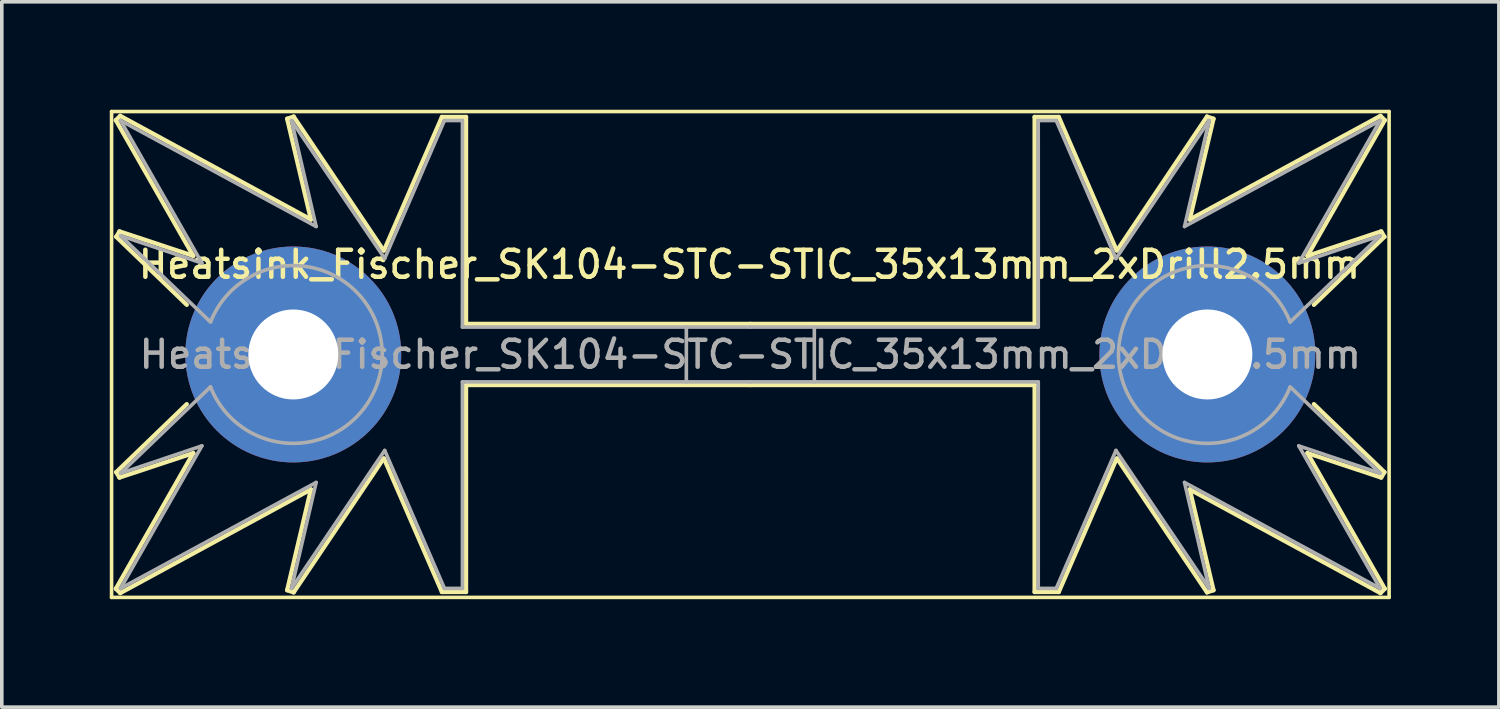
<source format=kicad_pcb>
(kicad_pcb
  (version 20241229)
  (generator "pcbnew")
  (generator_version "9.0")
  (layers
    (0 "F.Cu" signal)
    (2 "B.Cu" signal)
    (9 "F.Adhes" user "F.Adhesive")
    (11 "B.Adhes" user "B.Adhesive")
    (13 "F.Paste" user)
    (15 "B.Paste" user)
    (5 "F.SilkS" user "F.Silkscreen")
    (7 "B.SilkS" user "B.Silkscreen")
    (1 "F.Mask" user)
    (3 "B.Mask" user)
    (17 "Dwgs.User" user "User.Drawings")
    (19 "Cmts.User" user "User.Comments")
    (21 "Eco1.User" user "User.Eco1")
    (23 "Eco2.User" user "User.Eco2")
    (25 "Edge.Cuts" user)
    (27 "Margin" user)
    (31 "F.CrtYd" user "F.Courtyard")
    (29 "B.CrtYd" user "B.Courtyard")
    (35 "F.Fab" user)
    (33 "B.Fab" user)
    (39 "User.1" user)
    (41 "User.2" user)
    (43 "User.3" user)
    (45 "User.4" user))
  (footprint "Heatsink_Fischer_SK104-STC-STIC_35x13mm_2xDrill2.5mm"
    (layer "F.Cu")
    (at 17.8 6.8)
    (property "Reference" "Heatsink_Fischer_SK104-STC-STIC_35x13mm_2xDrill2.5mm" (at -0.025 -2.5 0) (layer "F.SilkS") (effects (font (size 0.75 0.75) (thickness 0.125))))
    (attr through_hole)
    (fp_line (start -17.75 -6.75) (end -17.75 6.75) (stroke (width 0.1) (type solid)) (layer "F.SilkS"))
    (fp_line (start -17.75 -6.75) (end 17.75 -6.75) (stroke (width 0.1) (type solid)) (layer "F.SilkS"))
    (fp_line (start -17.63 -6.51) (end -15.48 -2.74) (stroke (width 0.12) (type solid)) (layer "F.SilkS"))
    (fp_line (start -17.63 6.51) (end -15.48 2.74) (stroke (width 0.12) (type solid)) (layer "F.SilkS"))
    (fp_line (start -17.62 -3.27) (end -15.66 -1.38) (stroke (width 0.12) (type solid)) (layer "F.SilkS"))
    (fp_line (start -17.62 3.27) (end -15.66 1.38) (stroke (width 0.12) (type solid)) (layer "F.SilkS"))
    (fp_line (start -17.53 -3.42) (end -17.62 -3.27) (stroke (width 0.12) (type solid)) (layer "F.SilkS"))
    (fp_line (start -17.53 3.42) (end -17.62 3.27) (stroke (width 0.12) (type solid)) (layer "F.SilkS"))
    (fp_line (start -17.51 -6.63) (end -17.63 -6.51) (stroke (width 0.12) (type solid)) (layer "F.SilkS"))
    (fp_line (start -17.51 6.63) (end -17.63 6.51) (stroke (width 0.12) (type solid)) (layer "F.SilkS"))
    (fp_line (start -15.48 -2.74) (end -17.53 -3.42) (stroke (width 0.12) (type solid)) (layer "F.SilkS"))
    (fp_line (start -15.48 2.74) (end -17.53 3.42) (stroke (width 0.12) (type solid)) (layer "F.SilkS"))
    (fp_line (start -12.87 -6.55) (end -12.21 -3.75) (stroke (width 0.12) (type solid)) (layer "F.SilkS"))
    (fp_line (start -12.87 6.55) (end -12.21 3.75) (stroke (width 0.12) (type solid)) (layer "F.SilkS"))
    (fp_line (start -12.69 -6.61) (end -12.87 -6.55) (stroke (width 0.12) (type solid)) (layer "F.SilkS"))
    (fp_line (start -12.69 6.61) (end -12.87 6.55) (stroke (width 0.12) (type solid)) (layer "F.SilkS"))
    (fp_line (start -12.21 -3.75) (end -17.51 -6.63) (stroke (width 0.12) (type solid)) (layer "F.SilkS"))
    (fp_line (start -12.21 3.75) (end -17.51 6.63) (stroke (width 0.12) (type solid)) (layer "F.SilkS"))
    (fp_line (start -10.19 -2.89) (end -12.69 -6.61) (stroke (width 0.12) (type solid)) (layer "F.SilkS"))
    (fp_line (start -10.19 2.89) (end -12.69 6.61) (stroke (width 0.12) (type solid)) (layer "F.SilkS"))
    (fp_line (start -8.57 -6.6) (end -10.18 -2.89) (stroke (width 0.12) (type solid)) (layer "F.SilkS"))
    (fp_line (start -8.57 6.6) (end -10.18 2.89) (stroke (width 0.12) (type solid)) (layer "F.SilkS"))
    (fp_line (start -7.9 -6.6) (end -8.57 -6.6) (stroke (width 0.12) (type solid)) (layer "F.SilkS"))
    (fp_line (start -7.9 -0.85) (end -7.9 -6.6) (stroke (width 0.12) (type solid)) (layer "F.SilkS"))
    (fp_line (start -7.9 0.85) (end -7.9 6.6) (stroke (width 0.12) (type solid)) (layer "F.SilkS"))
    (fp_line (start -7.9 6.6) (end -8.57 6.6) (stroke (width 0.12) (type solid)) (layer "F.SilkS"))
    (fp_line (start 0 -0.85) (end -7.9 -0.85) (stroke (width 0.12) (type solid)) (layer "F.SilkS"))
    (fp_line (start 0 -0.85) (end 7.9 -0.85) (stroke (width 0.12) (type solid)) (layer "F.SilkS"))
    (fp_line (start 0 0.85) (end -7.9 0.85) (stroke (width 0.12) (type solid)) (layer "F.SilkS"))
    (fp_line (start 0 0.85) (end 7.9 0.85) (stroke (width 0.12) (type solid)) (layer "F.SilkS"))
    (fp_line (start 7.9 -6.6) (end 8.57 -6.6) (stroke (width 0.12) (type solid)) (layer "F.SilkS"))
    (fp_line (start 7.9 -0.85) (end 7.9 -6.6) (stroke (width 0.12) (type solid)) (layer "F.SilkS"))
    (fp_line (start 7.9 0.85) (end 7.9 6.6) (stroke (width 0.12) (type solid)) (layer "F.SilkS"))
    (fp_line (start 7.9 6.6) (end 8.57 6.6) (stroke (width 0.12) (type solid)) (layer "F.SilkS"))
    (fp_line (start 8.57 -6.6) (end 10.18 -2.89) (stroke (width 0.12) (type solid)) (layer "F.SilkS"))
    (fp_line (start 8.57 6.6) (end 10.18 2.89) (stroke (width 0.12) (type solid)) (layer "F.SilkS"))
    (fp_line (start 10.19 -2.89) (end 12.69 -6.61) (stroke (width 0.12) (type solid)) (layer "F.SilkS"))
    (fp_line (start 10.19 2.89) (end 12.69 6.61) (stroke (width 0.12) (type solid)) (layer "F.SilkS"))
    (fp_line (start 12.21 -3.75) (end 17.51 -6.63) (stroke (width 0.12) (type solid)) (layer "F.SilkS"))
    (fp_line (start 12.21 3.75) (end 17.51 6.63) (stroke (width 0.12) (type solid)) (layer "F.SilkS"))
    (fp_line (start 12.69 -6.61) (end 12.87 -6.55) (stroke (width 0.12) (type solid)) (layer "F.SilkS"))
    (fp_line (start 12.69 6.61) (end 12.87 6.55) (stroke (width 0.12) (type solid)) (layer "F.SilkS"))
    (fp_line (start 12.87 -6.55) (end 12.21 -3.75) (stroke (width 0.12) (type solid)) (layer "F.SilkS"))
    (fp_line (start 12.87 6.55) (end 12.21 3.75) (stroke (width 0.12) (type solid)) (layer "F.SilkS"))
    (fp_line (start 15.48 -2.74) (end 17.53 -3.42) (stroke (width 0.12) (type solid)) (layer "F.SilkS"))
    (fp_line (start 15.48 2.74) (end 17.53 3.42) (stroke (width 0.12) (type solid)) (layer "F.SilkS"))
    (fp_line (start 17.51 -6.63) (end 17.63 -6.51) (stroke (width 0.12) (type solid)) (layer "F.SilkS"))
    (fp_line (start 17.51 6.63) (end 17.63 6.51) (stroke (width 0.12) (type solid)) (layer "F.SilkS"))
    (fp_line (start 17.53 -3.42) (end 17.62 -3.27) (stroke (width 0.12) (type solid)) (layer "F.SilkS"))
    (fp_line (start 17.53 3.42) (end 17.62 3.27) (stroke (width 0.12) (type solid)) (layer "F.SilkS"))
    (fp_line (start 17.62 -3.27) (end 15.66 -1.38) (stroke (width 0.12) (type solid)) (layer "F.SilkS"))
    (fp_line (start 17.62 3.27) (end 15.66 1.38) (stroke (width 0.12) (type solid)) (layer "F.SilkS"))
    (fp_line (start 17.63 -6.51) (end 15.48 -2.74) (stroke (width 0.12) (type solid)) (layer "F.SilkS"))
    (fp_line (start 17.63 6.51) (end 15.48 2.74) (stroke (width 0.12) (type solid)) (layer "F.SilkS"))
    (fp_line (start 17.75 6.75) (end -17.75 6.75) (stroke (width 0.1) (type solid)) (layer "F.SilkS"))
    (fp_line (start 17.75 6.75) (end 17.75 -6.75) (stroke (width 0.1) (type solid)) (layer "F.SilkS"))
    (fp_line (start -17.5 -6.5) (end -15.24 -2.54) (stroke (width 0.1) (type solid)) (layer "F.Fab"))
    (fp_line (start -17.5 -6.5) (end -12.065 -3.556) (stroke (width 0.1) (type solid)) (layer "F.Fab"))
    (fp_line (start -17.5 -3.3) (end -15 -0.9) (stroke (width 0.1) (type solid)) (layer "F.Fab"))
    (fp_line (start -17.5 3.3) (end -15 0.9) (stroke (width 0.1) (type solid)) (layer "F.Fab"))
    (fp_line (start -17.5 6.5) (end -15.24 2.54) (stroke (width 0.1) (type solid)) (layer "F.Fab"))
    (fp_line (start -17.5 6.5) (end -12.065 3.556) (stroke (width 0.1) (type solid)) (layer "F.Fab"))
    (fp_line (start -15.24 -2.54) (end -17.5 -3.3) (stroke (width 0.1) (type solid)) (layer "F.Fab"))
    (fp_line (start -15.24 2.54) (end -17.5 3.3) (stroke (width 0.1) (type solid)) (layer "F.Fab"))
    (fp_line (start -12.065 -3.556) (end -12.75 -6.5) (stroke (width 0.1) (type solid)) (layer "F.Fab"))
    (fp_line (start -12.065 3.556) (end -12.75 6.5) (stroke (width 0.1) (type solid)) (layer "F.Fab"))
    (fp_line (start -10.16 -2.667) (end -12.75 -6.5) (stroke (width 0.1) (type solid)) (layer "F.Fab"))
    (fp_line (start -10.16 2.667) (end -12.75 6.5) (stroke (width 0.1) (type solid)) (layer "F.Fab"))
    (fp_line (start -8.5 -6.5) (end -10.16 -2.667) (stroke (width 0.1) (type solid)) (layer "F.Fab"))
    (fp_line (start -8.5 6.5) (end -10.16 2.667) (stroke (width 0.1) (type solid)) (layer "F.Fab"))
    (fp_line (start -8.001 -0.762) (end -8 -6.5) (stroke (width 0.1) (type solid)) (layer "F.Fab"))
    (fp_line (start -8.001 0.762) (end -8 6.5) (stroke (width 0.1) (type solid)) (layer "F.Fab"))
    (fp_line (start -8 -6.5) (end -8.5 -6.5) (stroke (width 0.1) (type solid)) (layer "F.Fab"))
    (fp_line (start -8 6.5) (end -8.5 6.5) (stroke (width 0.1) (type solid)) (layer "F.Fab"))
    (fp_line (start -1.778 0.762) (end -1.778 -0.762) (stroke (width 0.1) (type solid)) (layer "F.Fab"))
    (fp_line (start 0 -0.762) (end -8.001 -0.762) (stroke (width 0.1) (type solid)) (layer "F.Fab"))
    (fp_line (start 0 -0.762) (end 8.001 -0.762) (stroke (width 0.1) (type solid)) (layer "F.Fab"))
    (fp_line (start 0 0.762) (end -8.001 0.762) (stroke (width 0.1) (type solid)) (layer "F.Fab"))
    (fp_line (start 0 0.762) (end 8.001 0.762) (stroke (width 0.1) (type solid)) (layer "F.Fab"))
    (fp_line (start 1.778 -0.762) (end 1.778 0.762) (stroke (width 0.1) (type solid)) (layer "F.Fab"))
    (fp_line (start 8 -6.5) (end 8.5 -6.5) (stroke (width 0.1) (type solid)) (layer "F.Fab"))
    (fp_line (start 8 6.5) (end 8.5 6.5) (stroke (width 0.1) (type solid)) (layer "F.Fab"))
    (fp_line (start 8.001 -0.762) (end 8 -6.5) (stroke (width 0.1) (type solid)) (layer "F.Fab"))
    (fp_line (start 8.001 0.762) (end 8 6.5) (stroke (width 0.1) (type solid)) (layer "F.Fab"))
    (fp_line (start 8.5 -6.5) (end 10.16 -2.667) (stroke (width 0.1) (type solid)) (layer "F.Fab"))
    (fp_line (start 8.5 6.5) (end 10.16 2.667) (stroke (width 0.1) (type solid)) (layer "F.Fab"))
    (fp_line (start 10.16 -2.667) (end 12.75 -6.5) (stroke (width 0.1) (type solid)) (layer "F.Fab"))
    (fp_line (start 10.16 2.667) (end 12.75 6.5) (stroke (width 0.1) (type solid)) (layer "F.Fab"))
    (fp_line (start 12.065 -3.556) (end 12.75 -6.5) (stroke (width 0.1) (type solid)) (layer "F.Fab"))
    (fp_line (start 12.065 3.556) (end 12.75 6.5) (stroke (width 0.1) (type solid)) (layer "F.Fab"))
    (fp_line (start 15.24 -2.54) (end 17.5 -3.3) (stroke (width 0.1) (type solid)) (layer "F.Fab"))
    (fp_line (start 15.24 2.54) (end 17.5 3.3) (stroke (width 0.1) (type solid)) (layer "F.Fab"))
    (fp_line (start 17.5 -6.5) (end 12.065 -3.556) (stroke (width 0.1) (type solid)) (layer "F.Fab"))
    (fp_line (start 17.5 -6.5) (end 15.24 -2.54) (stroke (width 0.1) (type solid)) (layer "F.Fab"))
    (fp_line (start 17.5 -3.3) (end 15 -0.9) (stroke (width 0.1) (type solid)) (layer "F.Fab"))
    (fp_line (start 17.5 3.3) (end 15 0.9) (stroke (width 0.1) (type solid)) (layer "F.Fab"))
    (fp_line (start 17.5 6.5) (end 12.065 3.556) (stroke (width 0.1) (type solid)) (layer "F.Fab"))
    (fp_line (start 17.5 6.5) (end 15.24 2.54) (stroke (width 0.1) (type solid)) (layer "F.Fab"))
    (fp_arc (start -14.99272 -0.918387) (mid -10.230202 0.009888) (end -15 0.9) (stroke (width 0.1) (type solid)) (layer "F.Fab"))
    (fp_arc (start 14.99272 0.918387) (mid 10.230202 -0.009888) (end 15 -0.9) (stroke (width 0.1) (type solid)) (layer "F.Fab"))
    (fp_text user "${REFERENCE}" (at 0 0 0) (layer "F.Fab") (effects (font (size 0.75 0.75) (thickness 0.125))))
    (pad "1" thru_hole circle (at -12.7 0 180) (size 6 6) (drill 2.5) (layers "*.Cu" "*.Mask"))
    (pad "1" thru_hole circle (at 12.7 0) (size 6 6) (drill 2.5) (layers "*.Cu" "*.Mask")))
  (gr_rect
    (start -3 -3)
    (end 38.6 16.6)
    (stroke (width 0.1) (type default))
    (fill no)
    (layer "Edge.Cuts")))
</source>
